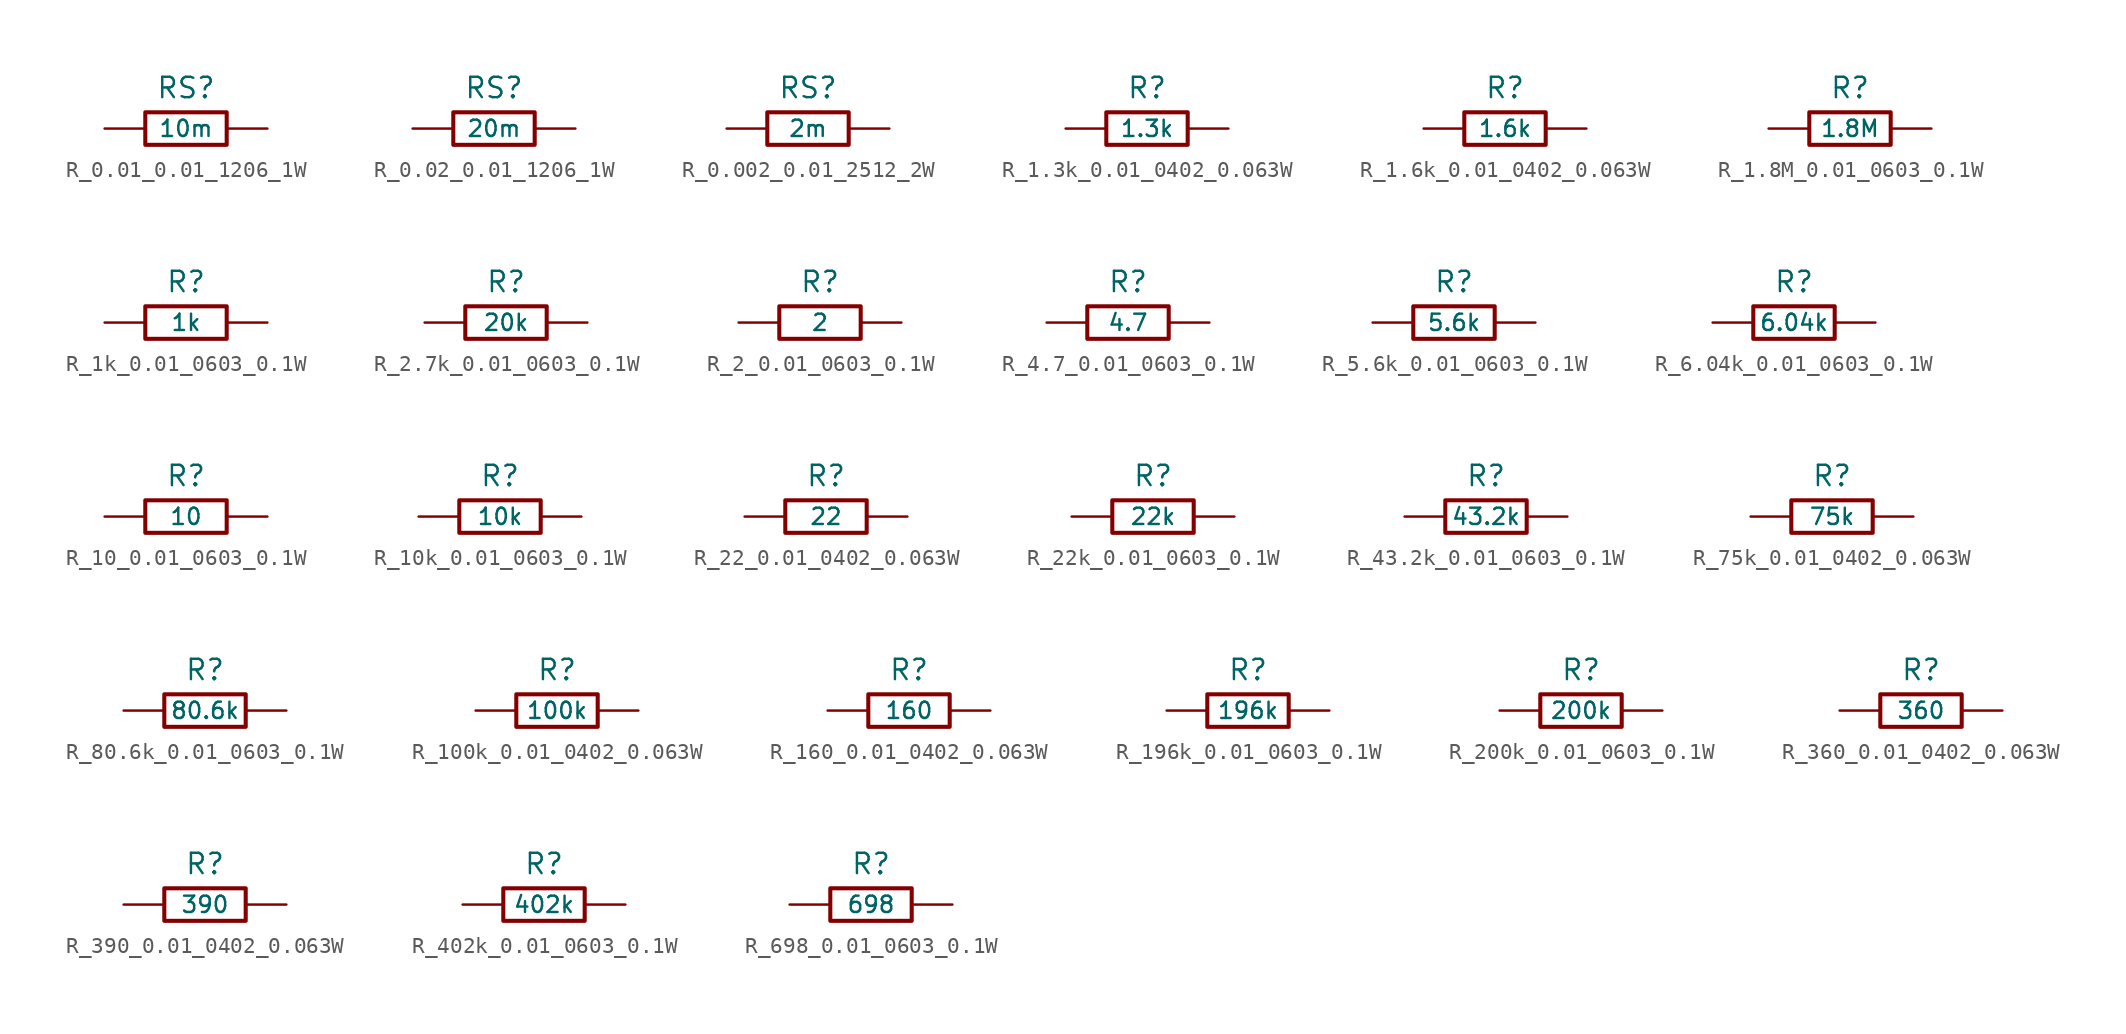
<source format=kicad_sym>
(kicad_symbol_lib
  (version 20220914)
  (generator kicad_symbol_editor)
  (symbol "R_0.01_0.01_1206_1W"
    (pin_numbers hide)
    (pin_names
      (offset 0))
    (property "Reference" "RS"
      (at 0 2.54 0)
      (effects (font (size 1.27 1.27))))
    (property "Value" "10m"
      (at 0 0 0)
      (effects (font (size 1.016 1.016))))
    (symbol "R_0.01_0.01_1206_1W_0_1"
      (rectangle (start -2.54 -1.016) (end 2.54 1.016) (stroke (width 0.254) (type default)) (fill (type none))))
    (symbol "R_0.01_0.01_1206_1W_1_1"
      (pin passive line (at -5.08 0 0) (length 2.54) (name "~" (effects (font (size 1.27 1.27)))) (number "1" (effects (font (size 1.27 1.27)))))
      (pin passive line (at 5.08 0 180) (length 2.54) (name "~" (effects (font (size 1.27 1.27)))) (number "2" (effects (font (size 1.27 1.27)))))))
  (symbol "R_0.02_0.01_1206_1W"
    (pin_numbers hide)
    (pin_names
      (offset 0))
    (property "Reference" "RS"
      (at 0 2.54 0)
      (effects (font (size 1.27 1.27))))
    (property "Value" "20m"
      (at 0 0 0)
      (effects (font (size 1.016 1.016))))
    (symbol "R_0.02_0.01_1206_1W_0_1"
      (rectangle (start -2.54 -1.016) (end 2.54 1.016) (stroke (width 0.254) (type default)) (fill (type none))))
    (symbol "R_0.02_0.01_1206_1W_1_1"
      (pin passive line (at -5.08 0 0) (length 2.54) (name "~" (effects (font (size 1.27 1.27)))) (number "1" (effects (font (size 1.27 1.27)))))
      (pin passive line (at 5.08 0 180) (length 2.54) (name "~" (effects (font (size 1.27 1.27)))) (number "2" (effects (font (size 1.27 1.27)))))))
  (symbol "R_0.002_0.01_2512_2W"
    (pin_numbers hide)
    (pin_names
      (offset 0))
    (property "Reference" "RS"
      (at 0 2.54 0)
      (effects (font (size 1.27 1.27))))
    (property "Value" "2m"
      (at 0 0 0)
      (effects (font (size 1.016 1.016))))
    (symbol "R_0.002_0.01_2512_2W_0_1"
      (rectangle (start -2.54 -1.016) (end 2.54 1.016) (stroke (width 0.254) (type default)) (fill (type none))))
    (symbol "R_0.002_0.01_2512_2W_1_1"
      (pin passive line (at -5.08 0 0) (length 2.54) (name "~" (effects (font (size 1.27 1.27)))) (number "1" (effects (font (size 1.27 1.27)))))
      (pin passive line (at 5.08 0 180) (length 2.54) (name "~" (effects (font (size 1.27 1.27)))) (number "2" (effects (font (size 1.27 1.27)))))))
  (symbol "R_1.3k_0.01_0402_0.063W"
    (pin_numbers hide)
    (pin_names
      (offset 0))
    (property "Reference" "R"
      (at 0 2.54 0)
      (effects (font (size 1.27 1.27))))
    (property "Value" "1.3k"
      (at 0 0 0)
      (effects (font (size 1.016 1.016))))
    (symbol "R_1.3k_0.01_0402_0.063W_0_1"
      (rectangle (start -2.54 -1.016) (end 2.54 1.016) (stroke (width 0.254) (type default)) (fill (type none))))
    (symbol "R_1.3k_0.01_0402_0.063W_1_1"
      (pin passive line (at -5.08 0 0) (length 2.54) (name "~" (effects (font (size 1.27 1.27)))) (number "1" (effects (font (size 1.27 1.27)))))
      (pin passive line (at 5.08 0 180) (length 2.54) (name "~" (effects (font (size 1.27 1.27)))) (number "2" (effects (font (size 1.27 1.27)))))))
  (symbol "R_1.6k_0.01_0402_0.063W"
    (pin_numbers hide)
    (pin_names
      (offset 0))
    (property "Reference" "R"
      (at 0 2.54 0)
      (effects (font (size 1.27 1.27))))
    (property "Value" "1.6k"
      (at 0 0 0)
      (effects (font (size 1.016 1.016))))
    (symbol "R_1.6k_0.01_0402_0.063W_0_1"
      (rectangle (start -2.54 -1.016) (end 2.54 1.016) (stroke (width 0.254) (type default)) (fill (type none))))
    (symbol "R_1.6k_0.01_0402_0.063W_1_1"
      (pin passive line (at -5.08 0 0) (length 2.54) (name "~" (effects (font (size 1.27 1.27)))) (number "1" (effects (font (size 1.27 1.27)))))
      (pin passive line (at 5.08 0 180) (length 2.54) (name "~" (effects (font (size 1.27 1.27)))) (number "2" (effects (font (size 1.27 1.27)))))))
  (symbol "R_1.8M_0.01_0603_0.1W"
    (pin_numbers hide)
    (pin_names
      (offset 0))
    (property "Reference" "R"
      (at 0 2.54 0)
      (effects (font (size 1.27 1.27))))
    (property "Value" "1.8M"
      (at 0 0 0)
      (effects (font (size 1.016 1.016))))
    (symbol "R_1.8M_0.01_0603_0.1W_0_1"
      (rectangle (start -2.54 -1.016) (end 2.54 1.016) (stroke (width 0.254) (type default)) (fill (type none))))
    (symbol "R_1.8M_0.01_0603_0.1W_1_1"
      (pin passive line (at -5.08 0 0) (length 2.54) (name "~" (effects (font (size 1.27 1.27)))) (number "1" (effects (font (size 1.27 1.27)))))
      (pin passive line (at 5.08 0 180) (length 2.54) (name "~" (effects (font (size 1.27 1.27)))) (number "2" (effects (font (size 1.27 1.27)))))))
  (symbol "R_1k_0.01_0603_0.1W"
    (pin_numbers hide)
    (pin_names
      (offset 0))
    (property "Reference" "R"
      (at 0 2.54 0)
      (effects (font (size 1.27 1.27))))
    (property "Value" "1k"
      (at 0 0 0)
      (effects (font (size 1.016 1.016))))
    (symbol "R_1k_0.01_0603_0.1W_0_1"
      (rectangle (start -2.54 -1.016) (end 2.54 1.016) (stroke (width 0.254) (type default)) (fill (type none))))
    (symbol "R_1k_0.01_0603_0.1W_1_1"
      (pin passive line (at -5.08 0 0) (length 2.54) (name "~" (effects (font (size 1.27 1.27)))) (number "1" (effects (font (size 1.27 1.27)))))
      (pin passive line (at 5.08 0 180) (length 2.54) (name "~" (effects (font (size 1.27 1.27)))) (number "2" (effects (font (size 1.27 1.27)))))))
  (symbol "R_2.7k_0.01_0603_0.1W"
    (pin_numbers hide)
    (pin_names
      (offset 0))
    (property "Reference" "R"
      (at 0 2.54 0)
      (effects (font (size 1.27 1.27))))
    (property "Value" "20k"
      (at 0 0 0)
      (effects (font (size 1.016 1.016))))
    (symbol "R_2.7k_0.01_0603_0.1W_0_1"
      (rectangle (start -2.54 -1.016) (end 2.54 1.016) (stroke (width 0.254) (type default)) (fill (type none))))
    (symbol "R_2.7k_0.01_0603_0.1W_1_1"
      (pin passive line (at -5.08 0 0) (length 2.54) (name "~" (effects (font (size 1.27 1.27)))) (number "1" (effects (font (size 1.27 1.27)))))
      (pin passive line (at 5.08 0 180) (length 2.54) (name "~" (effects (font (size 1.27 1.27)))) (number "2" (effects (font (size 1.27 1.27)))))))
  (symbol "R_2_0.01_0603_0.1W"
    (pin_numbers hide)
    (pin_names
      (offset 0))
    (property "Reference" "R"
      (at 0 2.54 0)
      (effects (font (size 1.27 1.27))))
    (property "Value" "2"
      (at 0 0 0)
      (effects (font (size 1.016 1.016))))
    (symbol "R_2_0.01_0603_0.1W_0_1"
      (rectangle (start -2.54 -1.016) (end 2.54 1.016) (stroke (width 0.254) (type default)) (fill (type none))))
    (symbol "R_2_0.01_0603_0.1W_1_1"
      (pin passive line (at -5.08 0 0) (length 2.54) (name "~" (effects (font (size 1.27 1.27)))) (number "1" (effects (font (size 1.27 1.27)))))
      (pin passive line (at 5.08 0 180) (length 2.54) (name "~" (effects (font (size 1.27 1.27)))) (number "2" (effects (font (size 1.27 1.27)))))))
  (symbol "R_4.7_0.01_0603_0.1W"
    (pin_numbers hide)
    (pin_names
      (offset 0))
    (property "Reference" "R"
      (at 0 2.54 0)
      (effects (font (size 1.27 1.27))))
    (property "Value" "4.7"
      (at 0 0 0)
      (effects (font (size 1.016 1.016))))
    (symbol "R_4.7_0.01_0603_0.1W_0_1"
      (rectangle (start -2.54 -1.016) (end 2.54 1.016) (stroke (width 0.254) (type default)) (fill (type none))))
    (symbol "R_4.7_0.01_0603_0.1W_1_1"
      (pin passive line (at -5.08 0 0) (length 2.54) (name "~" (effects (font (size 1.27 1.27)))) (number "1" (effects (font (size 1.27 1.27)))))
      (pin passive line (at 5.08 0 180) (length 2.54) (name "~" (effects (font (size 1.27 1.27)))) (number "2" (effects (font (size 1.27 1.27)))))))
  (symbol "R_5.6k_0.01_0603_0.1W"
    (pin_numbers hide)
    (pin_names
      (offset 0))
    (property "Reference" "R"
      (at 0 2.54 0)
      (effects (font (size 1.27 1.27))))
    (property "Value" "5.6k"
      (at 0 0 0)
      (effects (font (size 1.016 1.016))))
    (symbol "R_5.6k_0.01_0603_0.1W_0_1"
      (rectangle (start -2.54 -1.016) (end 2.54 1.016) (stroke (width 0.254) (type default)) (fill (type none))))
    (symbol "R_5.6k_0.01_0603_0.1W_1_1"
      (pin passive line (at -5.08 0 0) (length 2.54) (name "~" (effects (font (size 1.27 1.27)))) (number "1" (effects (font (size 1.27 1.27)))))
      (pin passive line (at 5.08 0 180) (length 2.54) (name "~" (effects (font (size 1.27 1.27)))) (number "2" (effects (font (size 1.27 1.27)))))))
  (symbol "R_6.04k_0.01_0603_0.1W"
    (pin_numbers hide)
    (pin_names
      (offset 0))
    (property "Reference" "R"
      (at 0 2.54 0)
      (effects (font (size 1.27 1.27))))
    (property "Value" "6.04k"
      (at 0 0 0)
      (effects (font (size 1.016 1.016))))
    (symbol "R_6.04k_0.01_0603_0.1W_0_1"
      (rectangle (start -2.54 -1.016) (end 2.54 1.016) (stroke (width 0.254) (type default)) (fill (type none))))
    (symbol "R_6.04k_0.01_0603_0.1W_1_1"
      (pin passive line (at -5.08 0 0) (length 2.54) (name "~" (effects (font (size 1.27 1.27)))) (number "1" (effects (font (size 1.27 1.27)))))
      (pin passive line (at 5.08 0 180) (length 2.54) (name "~" (effects (font (size 1.27 1.27)))) (number "2" (effects (font (size 1.27 1.27)))))))
  (symbol "R_10_0.01_0603_0.1W"
    (pin_numbers hide)
    (pin_names
      (offset 0))
    (property "Reference" "R"
      (at 0 2.54 0)
      (effects (font (size 1.27 1.27))))
    (property "Value" "10"
      (at 0 0 0)
      (effects (font (size 1.016 1.016))))
    (symbol "R_10_0.01_0603_0.1W_0_1"
      (rectangle (start -2.54 -1.016) (end 2.54 1.016) (stroke (width 0.254) (type default)) (fill (type none))))
    (symbol "R_10_0.01_0603_0.1W_1_1"
      (pin passive line (at -5.08 0 0) (length 2.54) (name "~" (effects (font (size 1.27 1.27)))) (number "1" (effects (font (size 1.27 1.27)))))
      (pin passive line (at 5.08 0 180) (length 2.54) (name "~" (effects (font (size 1.27 1.27)))) (number "2" (effects (font (size 1.27 1.27)))))))
  (symbol "R_10k_0.01_0603_0.1W"
    (pin_numbers hide)
    (pin_names
      (offset 0))
    (property "Reference" "R"
      (at 0 2.54 0)
      (effects (font (size 1.27 1.27))))
    (property "Value" "10k"
      (at 0 0 0)
      (effects (font (size 1.016 1.016))))
    (symbol "R_10k_0.01_0603_0.1W_0_1"
      (rectangle (start -2.54 -1.016) (end 2.54 1.016) (stroke (width 0.254) (type default)) (fill (type none))))
    (symbol "R_10k_0.01_0603_0.1W_1_1"
      (pin passive line (at -5.08 0 0) (length 2.54) (name "~" (effects (font (size 1.27 1.27)))) (number "1" (effects (font (size 1.27 1.27)))))
      (pin passive line (at 5.08 0 180) (length 2.54) (name "~" (effects (font (size 1.27 1.27)))) (number "2" (effects (font (size 1.27 1.27)))))))
  (symbol "R_22_0.01_0402_0.063W"
    (pin_numbers hide)
    (pin_names
      (offset 0))
    (property "Reference" "R"
      (at 0 2.54 0)
      (effects (font (size 1.27 1.27))))
    (property "Value" "22"
      (at 0 0 0)
      (effects (font (size 1.016 1.016))))
    (symbol "R_22_0.01_0402_0.063W_0_1"
      (rectangle (start -2.54 -1.016) (end 2.54 1.016) (stroke (width 0.254) (type default)) (fill (type none))))
    (symbol "R_22_0.01_0402_0.063W_1_1"
      (pin passive line (at -5.08 0 0) (length 2.54) (name "~" (effects (font (size 1.27 1.27)))) (number "1" (effects (font (size 1.27 1.27)))))
      (pin passive line (at 5.08 0 180) (length 2.54) (name "~" (effects (font (size 1.27 1.27)))) (number "2" (effects (font (size 1.27 1.27)))))))
  (symbol "R_22k_0.01_0603_0.1W"
    (pin_numbers hide)
    (pin_names
      (offset 0))
    (property "Reference" "R"
      (at 0 2.54 0)
      (effects (font (size 1.27 1.27))))
    (property "Value" "22k"
      (at 0 0 0)
      (effects (font (size 1.016 1.016))))
    (symbol "R_22k_0.01_0603_0.1W_0_1"
      (rectangle (start -2.54 -1.016) (end 2.54 1.016) (stroke (width 0.254) (type default)) (fill (type none))))
    (symbol "R_22k_0.01_0603_0.1W_1_1"
      (pin passive line (at -5.08 0 0) (length 2.54) (name "~" (effects (font (size 1.27 1.27)))) (number "1" (effects (font (size 1.27 1.27)))))
      (pin passive line (at 5.08 0 180) (length 2.54) (name "~" (effects (font (size 1.27 1.27)))) (number "2" (effects (font (size 1.27 1.27)))))))
  (symbol "R_43.2k_0.01_0603_0.1W"
    (pin_numbers hide)
    (pin_names
      (offset 0))
    (property "Reference" "R"
      (at 0 2.54 0)
      (effects (font (size 1.27 1.27))))
    (property "Value" "43.2k"
      (at 0 0 0)
      (effects (font (size 1.016 1.016))))
    (symbol "R_43.2k_0.01_0603_0.1W_0_1"
      (rectangle (start -2.54 -1.016) (end 2.54 1.016) (stroke (width 0.254) (type default)) (fill (type none))))
    (symbol "R_43.2k_0.01_0603_0.1W_1_1"
      (pin passive line (at -5.08 0 0) (length 2.54) (name "~" (effects (font (size 1.27 1.27)))) (number "1" (effects (font (size 1.27 1.27)))))
      (pin passive line (at 5.08 0 180) (length 2.54) (name "~" (effects (font (size 1.27 1.27)))) (number "2" (effects (font (size 1.27 1.27)))))))
  (symbol "R_75k_0.01_0402_0.063W"
    (pin_numbers hide)
    (pin_names
      (offset 0))
    (property "Reference" "R"
      (at 0 2.54 0)
      (effects (font (size 1.27 1.27))))
    (property "Value" "75k"
      (at 0 0 0)
      (effects (font (size 1.016 1.016))))
    (symbol "R_75k_0.01_0402_0.063W_0_1"
      (rectangle (start -2.54 -1.016) (end 2.54 1.016) (stroke (width 0.254) (type default)) (fill (type none))))
    (symbol "R_75k_0.01_0402_0.063W_1_1"
      (pin passive line (at -5.08 0 0) (length 2.54) (name "~" (effects (font (size 1.27 1.27)))) (number "1" (effects (font (size 1.27 1.27)))))
      (pin passive line (at 5.08 0 180) (length 2.54) (name "~" (effects (font (size 1.27 1.27)))) (number "2" (effects (font (size 1.27 1.27)))))))
  (symbol "R_80.6k_0.01_0603_0.1W"
    (pin_numbers hide)
    (pin_names
      (offset 0))
    (property "Reference" "R"
      (at 0 2.54 0)
      (effects (font (size 1.27 1.27))))
    (property "Value" "80.6k"
      (at 0 0 0)
      (effects (font (size 1.016 1.016))))
    (symbol "R_80.6k_0.01_0603_0.1W_0_1"
      (rectangle (start -2.54 -1.016) (end 2.54 1.016) (stroke (width 0.254) (type default)) (fill (type none))))
    (symbol "R_80.6k_0.01_0603_0.1W_1_1"
      (pin passive line (at -5.08 0 0) (length 2.54) (name "~" (effects (font (size 1.27 1.27)))) (number "1" (effects (font (size 1.27 1.27)))))
      (pin passive line (at 5.08 0 180) (length 2.54) (name "~" (effects (font (size 1.27 1.27)))) (number "2" (effects (font (size 1.27 1.27)))))))
  (symbol "R_100k_0.01_0402_0.063W"
    (pin_numbers hide)
    (pin_names
      (offset 0))
    (property "Reference" "R"
      (at 0 2.54 0)
      (effects (font (size 1.27 1.27))))
    (property "Value" "100k"
      (at 0 0 0)
      (effects (font (size 1.016 1.016))))
    (symbol "R_100k_0.01_0402_0.063W_0_1"
      (rectangle (start -2.54 -1.016) (end 2.54 1.016) (stroke (width 0.254) (type default)) (fill (type none))))
    (symbol "R_100k_0.01_0402_0.063W_1_1"
      (pin passive line (at -5.08 0 0) (length 2.54) (name "~" (effects (font (size 1.27 1.27)))) (number "1" (effects (font (size 1.27 1.27)))))
      (pin passive line (at 5.08 0 180) (length 2.54) (name "~" (effects (font (size 1.27 1.27)))) (number "2" (effects (font (size 1.27 1.27)))))))
  (symbol "R_160_0.01_0402_0.063W"
    (pin_numbers hide)
    (pin_names
      (offset 0))
    (property "Reference" "R"
      (at 0 2.54 0)
      (effects (font (size 1.27 1.27))))
    (property "Value" "160"
      (at 0 0 0)
      (effects (font (size 1.016 1.016))))
    (symbol "R_160_0.01_0402_0.063W_0_1"
      (rectangle (start -2.54 -1.016) (end 2.54 1.016) (stroke (width 0.254) (type default)) (fill (type none))))
    (symbol "R_160_0.01_0402_0.063W_1_1"
      (pin passive line (at -5.08 0 0) (length 2.54) (name "~" (effects (font (size 1.27 1.27)))) (number "1" (effects (font (size 1.27 1.27)))))
      (pin passive line (at 5.08 0 180) (length 2.54) (name "~" (effects (font (size 1.27 1.27)))) (number "2" (effects (font (size 1.27 1.27)))))))
  (symbol "R_196k_0.01_0603_0.1W"
    (pin_numbers hide)
    (pin_names
      (offset 0))
    (property "Reference" "R"
      (at 0 2.54 0)
      (effects (font (size 1.27 1.27))))
    (property "Value" "196k"
      (at 0 0 0)
      (effects (font (size 1.016 1.016))))
    (symbol "R_196k_0.01_0603_0.1W_0_1"
      (rectangle (start -2.54 -1.016) (end 2.54 1.016) (stroke (width 0.254) (type default)) (fill (type none))))
    (symbol "R_196k_0.01_0603_0.1W_1_1"
      (pin passive line (at -5.08 0 0) (length 2.54) (name "~" (effects (font (size 1.27 1.27)))) (number "1" (effects (font (size 1.27 1.27)))))
      (pin passive line (at 5.08 0 180) (length 2.54) (name "~" (effects (font (size 1.27 1.27)))) (number "2" (effects (font (size 1.27 1.27)))))))
  (symbol "R_200k_0.01_0603_0.1W"
    (pin_numbers hide)
    (pin_names
      (offset 0))
    (property "Reference" "R"
      (at 0 2.54 0)
      (effects (font (size 1.27 1.27))))
    (property "Value" "200k"
      (at 0 0 0)
      (effects (font (size 1.016 1.016))))
    (symbol "R_200k_0.01_0603_0.1W_0_1"
      (rectangle (start -2.54 -1.016) (end 2.54 1.016) (stroke (width 0.254) (type default)) (fill (type none))))
    (symbol "R_200k_0.01_0603_0.1W_1_1"
      (pin passive line (at -5.08 0 0) (length 2.54) (name "~" (effects (font (size 1.27 1.27)))) (number "1" (effects (font (size 1.27 1.27)))))
      (pin passive line (at 5.08 0 180) (length 2.54) (name "~" (effects (font (size 1.27 1.27)))) (number "2" (effects (font (size 1.27 1.27)))))))
  (symbol "R_360_0.01_0402_0.063W"
    (pin_numbers hide)
    (pin_names
      (offset 0))
    (property "Reference" "R"
      (at 0 2.54 0)
      (effects (font (size 1.27 1.27))))
    (property "Value" "360"
      (at 0 0 0)
      (effects (font (size 1.016 1.016))))
    (symbol "R_360_0.01_0402_0.063W_0_1"
      (rectangle (start -2.54 -1.016) (end 2.54 1.016) (stroke (width 0.254) (type default)) (fill (type none))))
    (symbol "R_360_0.01_0402_0.063W_1_1"
      (pin passive line (at -5.08 0 0) (length 2.54) (name "~" (effects (font (size 1.27 1.27)))) (number "1" (effects (font (size 1.27 1.27)))))
      (pin passive line (at 5.08 0 180) (length 2.54) (name "~" (effects (font (size 1.27 1.27)))) (number "2" (effects (font (size 1.27 1.27)))))))
  (symbol "R_390_0.01_0402_0.063W"
    (pin_numbers hide)
    (pin_names
      (offset 0))
    (property "Reference" "R"
      (at 0 2.54 0)
      (effects (font (size 1.27 1.27))))
    (property "Value" "390"
      (at 0 0 0)
      (effects (font (size 1.016 1.016))))
    (symbol "R_390_0.01_0402_0.063W_0_1"
      (rectangle (start -2.54 -1.016) (end 2.54 1.016) (stroke (width 0.254) (type default)) (fill (type none))))
    (symbol "R_390_0.01_0402_0.063W_1_1"
      (pin passive line (at -5.08 0 0) (length 2.54) (name "~" (effects (font (size 1.27 1.27)))) (number "1" (effects (font (size 1.27 1.27)))))
      (pin passive line (at 5.08 0 180) (length 2.54) (name "~" (effects (font (size 1.27 1.27)))) (number "2" (effects (font (size 1.27 1.27)))))))
  (symbol "R_402k_0.01_0603_0.1W"
    (pin_numbers hide)
    (pin_names
      (offset 0))
    (property "Reference" "R"
      (at 0 2.54 0)
      (effects (font (size 1.27 1.27))))
    (property "Value" "402k"
      (at 0 0 0)
      (effects (font (size 1.016 1.016))))
    (symbol "R_402k_0.01_0603_0.1W_0_1"
      (rectangle (start -2.54 -1.016) (end 2.54 1.016) (stroke (width 0.254) (type default)) (fill (type none))))
    (symbol "R_402k_0.01_0603_0.1W_1_1"
      (pin passive line (at -5.08 0 0) (length 2.54) (name "~" (effects (font (size 1.27 1.27)))) (number "1" (effects (font (size 1.27 1.27)))))
      (pin passive line (at 5.08 0 180) (length 2.54) (name "~" (effects (font (size 1.27 1.27)))) (number "2" (effects (font (size 1.27 1.27)))))))
  (symbol "R_698_0.01_0603_0.1W"
    (pin_numbers hide)
    (pin_names
      (offset 0))
    (property "Reference" "R"
      (at 0 2.54 0)
      (effects (font (size 1.27 1.27))))
    (property "Value" "698"
      (at 0 0 0)
      (effects (font (size 1.016 1.016))))
    (symbol "R_698_0.01_0603_0.1W_0_1"
      (rectangle (start -2.54 -1.016) (end 2.54 1.016) (stroke (width 0.254) (type default)) (fill (type none))))
    (symbol "R_698_0.01_0603_0.1W_1_1"
      (pin passive line (at -5.08 0 0) (length 2.54) (name "~" (effects (font (size 1.27 1.27)))) (number "1" (effects (font (size 1.27 1.27)))))
      (pin passive line (at 5.08 0 180) (length 2.54) (name "~" (effects (font (size 1.27 1.27)))) (number "2" (effects (font (size 1.27 1.27))))))))
</source>
